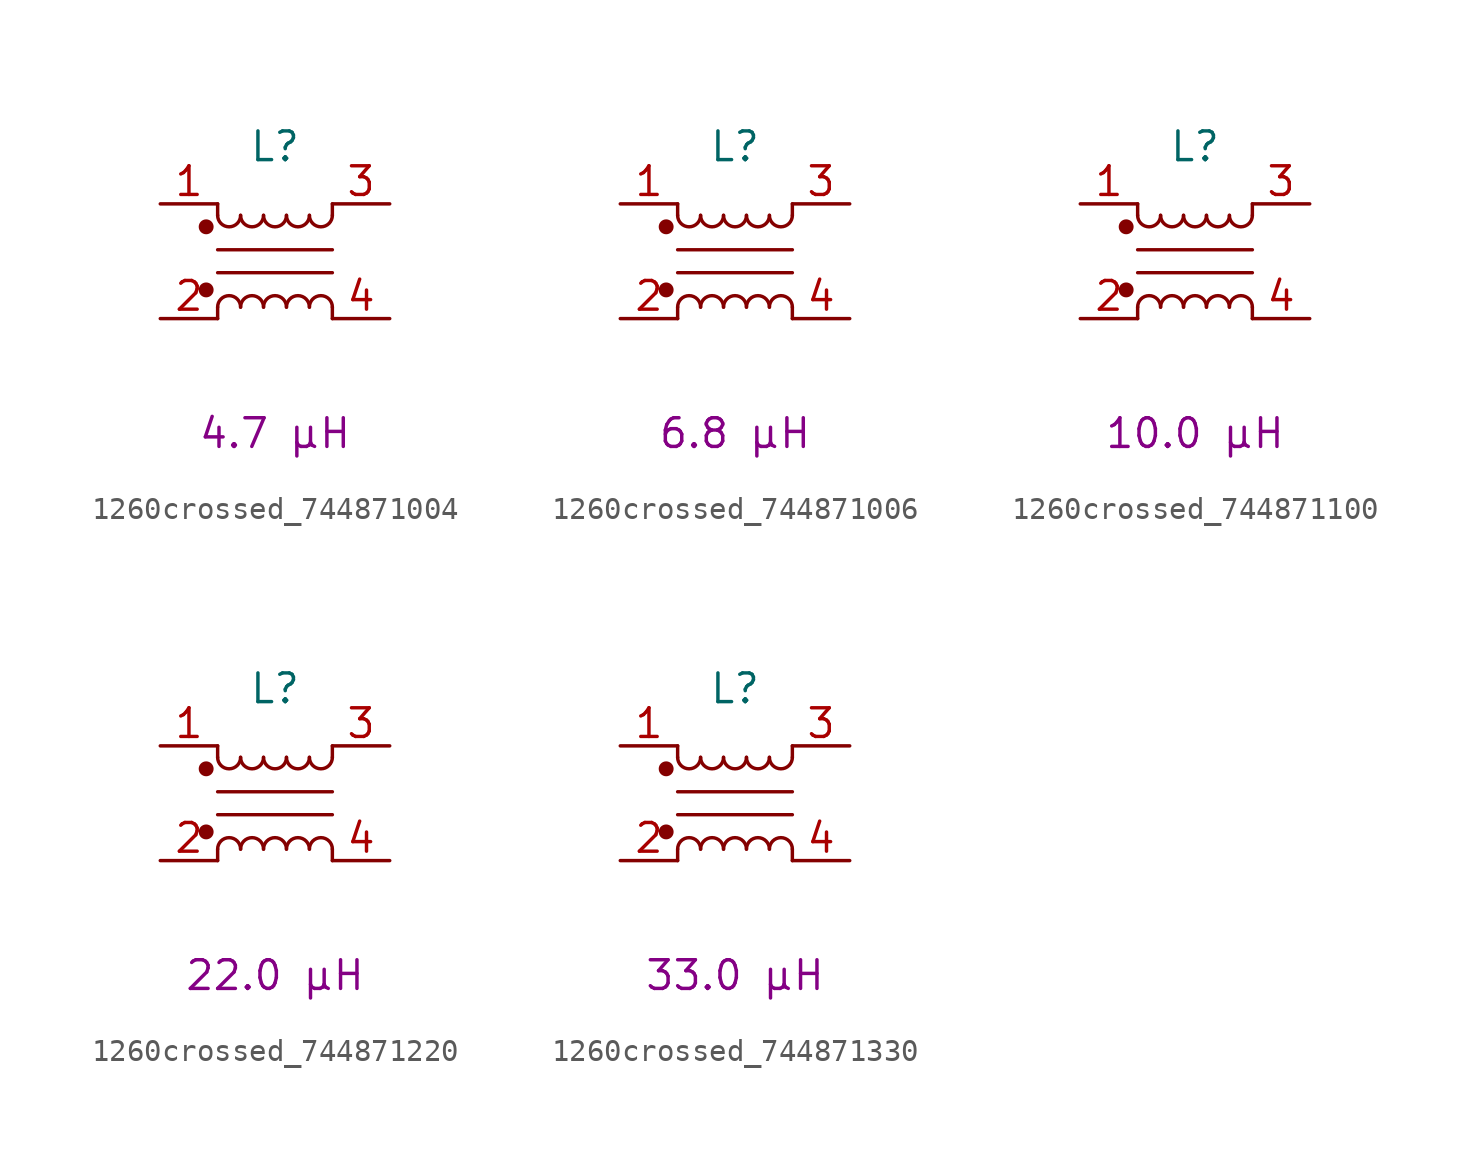
<source format=kicad_sym>
(kicad_symbol_lib
  (version 20220914)
  (generator kicad_symbol_editor)
  (symbol "1260crossed_744871004"
    (pin_names hide)
    (property "Reference" "L"
      (at 0 5.08 0)
      (effects (font (size 1.27 1.27))))
    (property "Critical Parameter" "4.7 µH"
      (at 0 -7.62 0)
      (effects (font (size 1.27 1.27))))
    (symbol "1260crossed_744871004_0_1"
      (circle (center -3.048 -1.27) (radius 0.254) (stroke (width 0) (type default)) (fill (type outline)))
      (circle (center -3.048 1.524) (radius 0.254) (stroke (width 0) (type default)) (fill (type outline)))
      (arc (start -2.54 2.032) (mid -2.032 1.5262) (end -1.524 2.032) (stroke (width 0) (type default)) (fill (type none)))
      (arc (start -1.524 -2.032) (mid -2.032 -1.5262) (end -2.54 -2.032) (stroke (width 0) (type default)) (fill (type none)))
      (arc (start -1.524 2.032) (mid -1.016 1.5262) (end -0.508 2.032) (stroke (width 0) (type default)) (fill (type none)))
      (arc (start -0.508 -2.032) (mid -1.016 -1.5262) (end -1.524 -2.032) (stroke (width 0) (type default)) (fill (type none)))
      (arc (start -0.508 2.032) (mid 0 1.5262) (end 0.508 2.032) (stroke (width 0) (type default)) (fill (type none)))
      (polyline (pts (xy -2.54 -2.032) (xy -2.54 -2.54)) (stroke (width 0) (type default)) (fill (type none)))
      (polyline (pts (xy -2.54 0.508) (xy 2.54 0.508)) (stroke (width 0) (type default)) (fill (type none)))
      (polyline (pts (xy -2.54 2.032) (xy -2.54 2.54)) (stroke (width 0) (type default)) (fill (type none)))
      (polyline (pts (xy 2.54 -2.032) (xy 2.54 -2.54)) (stroke (width 0) (type default)) (fill (type none)))
      (polyline (pts (xy 2.54 -0.508) (xy -2.54 -0.508)) (stroke (width 0) (type default)) (fill (type none)))
      (polyline (pts (xy 2.54 2.54) (xy 2.54 2.032)) (stroke (width 0) (type default)) (fill (type none)))
      (arc (start 0.508 -2.032) (mid 0 -1.5262) (end -0.508 -2.032) (stroke (width 0) (type default)) (fill (type none)))
      (arc (start 0.508 2.032) (mid 1.016 1.5262) (end 1.524 2.032) (stroke (width 0) (type default)) (fill (type none)))
      (arc (start 1.524 -2.032) (mid 1.016 -1.5262) (end 0.508 -2.032) (stroke (width 0) (type default)) (fill (type none)))
      (arc (start 1.524 2.032) (mid 2.032 1.5262) (end 2.54 2.032) (stroke (width 0) (type default)) (fill (type none)))
      (arc (start 2.54 -2.032) (mid 2.032 -1.5262) (end 1.524 -2.032) (stroke (width 0) (type default)) (fill (type none))))
    (symbol "1260crossed_744871004_1_1"
      (pin passive line (at -5.08 2.54 0) (length 2.54) (name "1" (effects (font (size 1.27 1.27)))) (number "1" (effects (font (size 1.27 1.27)))))
      (pin passive line (at -5.08 -2.54 0) (length 2.54) (name "2" (effects (font (size 1.27 1.27)))) (number "2" (effects (font (size 1.27 1.27)))))
      (pin passive line (at 5.08 2.54 180) (length 2.54) (name "3" (effects (font (size 1.27 1.27)))) (number "3" (effects (font (size 1.27 1.27)))))
      (pin passive line (at 5.08 -2.54 180) (length 2.54) (name "4" (effects (font (size 1.27 1.27)))) (number "4" (effects (font (size 1.27 1.27)))))))
  (symbol "1260crossed_744871006"
    (pin_names hide)
    (property "Reference" "L"
      (at 0 5.08 0)
      (effects (font (size 1.27 1.27))))
    (property "Critical Parameter" "6.8 µH"
      (at 0 -7.62 0)
      (effects (font (size 1.27 1.27))))
    (symbol "1260crossed_744871006_0_1"
      (circle (center -3.048 -1.27) (radius 0.254) (stroke (width 0) (type default)) (fill (type outline)))
      (circle (center -3.048 1.524) (radius 0.254) (stroke (width 0) (type default)) (fill (type outline)))
      (arc (start -2.54 2.032) (mid -2.032 1.5262) (end -1.524 2.032) (stroke (width 0) (type default)) (fill (type none)))
      (arc (start -1.524 -2.032) (mid -2.032 -1.5262) (end -2.54 -2.032) (stroke (width 0) (type default)) (fill (type none)))
      (arc (start -1.524 2.032) (mid -1.016 1.5262) (end -0.508 2.032) (stroke (width 0) (type default)) (fill (type none)))
      (arc (start -0.508 -2.032) (mid -1.016 -1.5262) (end -1.524 -2.032) (stroke (width 0) (type default)) (fill (type none)))
      (arc (start -0.508 2.032) (mid 0 1.5262) (end 0.508 2.032) (stroke (width 0) (type default)) (fill (type none)))
      (polyline (pts (xy -2.54 -2.032) (xy -2.54 -2.54)) (stroke (width 0) (type default)) (fill (type none)))
      (polyline (pts (xy -2.54 0.508) (xy 2.54 0.508)) (stroke (width 0) (type default)) (fill (type none)))
      (polyline (pts (xy -2.54 2.032) (xy -2.54 2.54)) (stroke (width 0) (type default)) (fill (type none)))
      (polyline (pts (xy 2.54 -2.032) (xy 2.54 -2.54)) (stroke (width 0) (type default)) (fill (type none)))
      (polyline (pts (xy 2.54 -0.508) (xy -2.54 -0.508)) (stroke (width 0) (type default)) (fill (type none)))
      (polyline (pts (xy 2.54 2.54) (xy 2.54 2.032)) (stroke (width 0) (type default)) (fill (type none)))
      (arc (start 0.508 -2.032) (mid 0 -1.5262) (end -0.508 -2.032) (stroke (width 0) (type default)) (fill (type none)))
      (arc (start 0.508 2.032) (mid 1.016 1.5262) (end 1.524 2.032) (stroke (width 0) (type default)) (fill (type none)))
      (arc (start 1.524 -2.032) (mid 1.016 -1.5262) (end 0.508 -2.032) (stroke (width 0) (type default)) (fill (type none)))
      (arc (start 1.524 2.032) (mid 2.032 1.5262) (end 2.54 2.032) (stroke (width 0) (type default)) (fill (type none)))
      (arc (start 2.54 -2.032) (mid 2.032 -1.5262) (end 1.524 -2.032) (stroke (width 0) (type default)) (fill (type none))))
    (symbol "1260crossed_744871006_1_1"
      (pin passive line (at -5.08 2.54 0) (length 2.54) (name "1" (effects (font (size 1.27 1.27)))) (number "1" (effects (font (size 1.27 1.27)))))
      (pin passive line (at -5.08 -2.54 0) (length 2.54) (name "2" (effects (font (size 1.27 1.27)))) (number "2" (effects (font (size 1.27 1.27)))))
      (pin passive line (at 5.08 2.54 180) (length 2.54) (name "3" (effects (font (size 1.27 1.27)))) (number "3" (effects (font (size 1.27 1.27)))))
      (pin passive line (at 5.08 -2.54 180) (length 2.54) (name "4" (effects (font (size 1.27 1.27)))) (number "4" (effects (font (size 1.27 1.27)))))))
  (symbol "1260crossed_744871100"
    (pin_names hide)
    (property "Reference" "L"
      (at 0 5.08 0)
      (effects (font (size 1.27 1.27))))
    (property "Critical Parameter" "10.0 µH"
      (at 0 -7.62 0)
      (effects (font (size 1.27 1.27))))
    (symbol "1260crossed_744871100_0_1"
      (circle (center -3.048 -1.27) (radius 0.254) (stroke (width 0) (type default)) (fill (type outline)))
      (circle (center -3.048 1.524) (radius 0.254) (stroke (width 0) (type default)) (fill (type outline)))
      (arc (start -2.54 2.032) (mid -2.032 1.5262) (end -1.524 2.032) (stroke (width 0) (type default)) (fill (type none)))
      (arc (start -1.524 -2.032) (mid -2.032 -1.5262) (end -2.54 -2.032) (stroke (width 0) (type default)) (fill (type none)))
      (arc (start -1.524 2.032) (mid -1.016 1.5262) (end -0.508 2.032) (stroke (width 0) (type default)) (fill (type none)))
      (arc (start -0.508 -2.032) (mid -1.016 -1.5262) (end -1.524 -2.032) (stroke (width 0) (type default)) (fill (type none)))
      (arc (start -0.508 2.032) (mid 0 1.5262) (end 0.508 2.032) (stroke (width 0) (type default)) (fill (type none)))
      (polyline (pts (xy -2.54 -2.032) (xy -2.54 -2.54)) (stroke (width 0) (type default)) (fill (type none)))
      (polyline (pts (xy -2.54 0.508) (xy 2.54 0.508)) (stroke (width 0) (type default)) (fill (type none)))
      (polyline (pts (xy -2.54 2.032) (xy -2.54 2.54)) (stroke (width 0) (type default)) (fill (type none)))
      (polyline (pts (xy 2.54 -2.032) (xy 2.54 -2.54)) (stroke (width 0) (type default)) (fill (type none)))
      (polyline (pts (xy 2.54 -0.508) (xy -2.54 -0.508)) (stroke (width 0) (type default)) (fill (type none)))
      (polyline (pts (xy 2.54 2.54) (xy 2.54 2.032)) (stroke (width 0) (type default)) (fill (type none)))
      (arc (start 0.508 -2.032) (mid 0 -1.5262) (end -0.508 -2.032) (stroke (width 0) (type default)) (fill (type none)))
      (arc (start 0.508 2.032) (mid 1.016 1.5262) (end 1.524 2.032) (stroke (width 0) (type default)) (fill (type none)))
      (arc (start 1.524 -2.032) (mid 1.016 -1.5262) (end 0.508 -2.032) (stroke (width 0) (type default)) (fill (type none)))
      (arc (start 1.524 2.032) (mid 2.032 1.5262) (end 2.54 2.032) (stroke (width 0) (type default)) (fill (type none)))
      (arc (start 2.54 -2.032) (mid 2.032 -1.5262) (end 1.524 -2.032) (stroke (width 0) (type default)) (fill (type none))))
    (symbol "1260crossed_744871100_1_1"
      (pin passive line (at -5.08 2.54 0) (length 2.54) (name "1" (effects (font (size 1.27 1.27)))) (number "1" (effects (font (size 1.27 1.27)))))
      (pin passive line (at -5.08 -2.54 0) (length 2.54) (name "2" (effects (font (size 1.27 1.27)))) (number "2" (effects (font (size 1.27 1.27)))))
      (pin passive line (at 5.08 2.54 180) (length 2.54) (name "3" (effects (font (size 1.27 1.27)))) (number "3" (effects (font (size 1.27 1.27)))))
      (pin passive line (at 5.08 -2.54 180) (length 2.54) (name "4" (effects (font (size 1.27 1.27)))) (number "4" (effects (font (size 1.27 1.27)))))))
  (symbol "1260crossed_744871220"
    (pin_names hide)
    (property "Reference" "L"
      (at 0 5.08 0)
      (effects (font (size 1.27 1.27))))
    (property "Critical Parameter" "22.0 µH"
      (at 0 -7.62 0)
      (effects (font (size 1.27 1.27))))
    (symbol "1260crossed_744871220_0_1"
      (circle (center -3.048 -1.27) (radius 0.254) (stroke (width 0) (type default)) (fill (type outline)))
      (circle (center -3.048 1.524) (radius 0.254) (stroke (width 0) (type default)) (fill (type outline)))
      (arc (start -2.54 2.032) (mid -2.032 1.5262) (end -1.524 2.032) (stroke (width 0) (type default)) (fill (type none)))
      (arc (start -1.524 -2.032) (mid -2.032 -1.5262) (end -2.54 -2.032) (stroke (width 0) (type default)) (fill (type none)))
      (arc (start -1.524 2.032) (mid -1.016 1.5262) (end -0.508 2.032) (stroke (width 0) (type default)) (fill (type none)))
      (arc (start -0.508 -2.032) (mid -1.016 -1.5262) (end -1.524 -2.032) (stroke (width 0) (type default)) (fill (type none)))
      (arc (start -0.508 2.032) (mid 0 1.5262) (end 0.508 2.032) (stroke (width 0) (type default)) (fill (type none)))
      (polyline (pts (xy -2.54 -2.032) (xy -2.54 -2.54)) (stroke (width 0) (type default)) (fill (type none)))
      (polyline (pts (xy -2.54 0.508) (xy 2.54 0.508)) (stroke (width 0) (type default)) (fill (type none)))
      (polyline (pts (xy -2.54 2.032) (xy -2.54 2.54)) (stroke (width 0) (type default)) (fill (type none)))
      (polyline (pts (xy 2.54 -2.032) (xy 2.54 -2.54)) (stroke (width 0) (type default)) (fill (type none)))
      (polyline (pts (xy 2.54 -0.508) (xy -2.54 -0.508)) (stroke (width 0) (type default)) (fill (type none)))
      (polyline (pts (xy 2.54 2.54) (xy 2.54 2.032)) (stroke (width 0) (type default)) (fill (type none)))
      (arc (start 0.508 -2.032) (mid 0 -1.5262) (end -0.508 -2.032) (stroke (width 0) (type default)) (fill (type none)))
      (arc (start 0.508 2.032) (mid 1.016 1.5262) (end 1.524 2.032) (stroke (width 0) (type default)) (fill (type none)))
      (arc (start 1.524 -2.032) (mid 1.016 -1.5262) (end 0.508 -2.032) (stroke (width 0) (type default)) (fill (type none)))
      (arc (start 1.524 2.032) (mid 2.032 1.5262) (end 2.54 2.032) (stroke (width 0) (type default)) (fill (type none)))
      (arc (start 2.54 -2.032) (mid 2.032 -1.5262) (end 1.524 -2.032) (stroke (width 0) (type default)) (fill (type none))))
    (symbol "1260crossed_744871220_1_1"
      (pin passive line (at -5.08 2.54 0) (length 2.54) (name "1" (effects (font (size 1.27 1.27)))) (number "1" (effects (font (size 1.27 1.27)))))
      (pin passive line (at -5.08 -2.54 0) (length 2.54) (name "2" (effects (font (size 1.27 1.27)))) (number "2" (effects (font (size 1.27 1.27)))))
      (pin passive line (at 5.08 2.54 180) (length 2.54) (name "3" (effects (font (size 1.27 1.27)))) (number "3" (effects (font (size 1.27 1.27)))))
      (pin passive line (at 5.08 -2.54 180) (length 2.54) (name "4" (effects (font (size 1.27 1.27)))) (number "4" (effects (font (size 1.27 1.27)))))))
  (symbol "1260crossed_744871330"
    (pin_names hide)
    (property "Reference" "L"
      (at 0 5.08 0)
      (effects (font (size 1.27 1.27))))
    (property "Critical Parameter" "33.0 µH"
      (at 0 -7.62 0)
      (effects (font (size 1.27 1.27))))
    (symbol "1260crossed_744871330_0_1"
      (circle (center -3.048 -1.27) (radius 0.254) (stroke (width 0) (type default)) (fill (type outline)))
      (circle (center -3.048 1.524) (radius 0.254) (stroke (width 0) (type default)) (fill (type outline)))
      (arc (start -2.54 2.032) (mid -2.032 1.5262) (end -1.524 2.032) (stroke (width 0) (type default)) (fill (type none)))
      (arc (start -1.524 -2.032) (mid -2.032 -1.5262) (end -2.54 -2.032) (stroke (width 0) (type default)) (fill (type none)))
      (arc (start -1.524 2.032) (mid -1.016 1.5262) (end -0.508 2.032) (stroke (width 0) (type default)) (fill (type none)))
      (arc (start -0.508 -2.032) (mid -1.016 -1.5262) (end -1.524 -2.032) (stroke (width 0) (type default)) (fill (type none)))
      (arc (start -0.508 2.032) (mid 0 1.5262) (end 0.508 2.032) (stroke (width 0) (type default)) (fill (type none)))
      (polyline (pts (xy -2.54 -2.032) (xy -2.54 -2.54)) (stroke (width 0) (type default)) (fill (type none)))
      (polyline (pts (xy -2.54 0.508) (xy 2.54 0.508)) (stroke (width 0) (type default)) (fill (type none)))
      (polyline (pts (xy -2.54 2.032) (xy -2.54 2.54)) (stroke (width 0) (type default)) (fill (type none)))
      (polyline (pts (xy 2.54 -2.032) (xy 2.54 -2.54)) (stroke (width 0) (type default)) (fill (type none)))
      (polyline (pts (xy 2.54 -0.508) (xy -2.54 -0.508)) (stroke (width 0) (type default)) (fill (type none)))
      (polyline (pts (xy 2.54 2.54) (xy 2.54 2.032)) (stroke (width 0) (type default)) (fill (type none)))
      (arc (start 0.508 -2.032) (mid 0 -1.5262) (end -0.508 -2.032) (stroke (width 0) (type default)) (fill (type none)))
      (arc (start 0.508 2.032) (mid 1.016 1.5262) (end 1.524 2.032) (stroke (width 0) (type default)) (fill (type none)))
      (arc (start 1.524 -2.032) (mid 1.016 -1.5262) (end 0.508 -2.032) (stroke (width 0) (type default)) (fill (type none)))
      (arc (start 1.524 2.032) (mid 2.032 1.5262) (end 2.54 2.032) (stroke (width 0) (type default)) (fill (type none)))
      (arc (start 2.54 -2.032) (mid 2.032 -1.5262) (end 1.524 -2.032) (stroke (width 0) (type default)) (fill (type none))))
    (symbol "1260crossed_744871330_1_1"
      (pin passive line (at -5.08 2.54 0) (length 2.54) (name "1" (effects (font (size 1.27 1.27)))) (number "1" (effects (font (size 1.27 1.27)))))
      (pin passive line (at -5.08 -2.54 0) (length 2.54) (name "2" (effects (font (size 1.27 1.27)))) (number "2" (effects (font (size 1.27 1.27)))))
      (pin passive line (at 5.08 2.54 180) (length 2.54) (name "3" (effects (font (size 1.27 1.27)))) (number "3" (effects (font (size 1.27 1.27)))))
      (pin passive line (at 5.08 -2.54 180) (length 2.54) (name "4" (effects (font (size 1.27 1.27)))) (number "4" (effects (font (size 1.27 1.27))))))))
</source>
